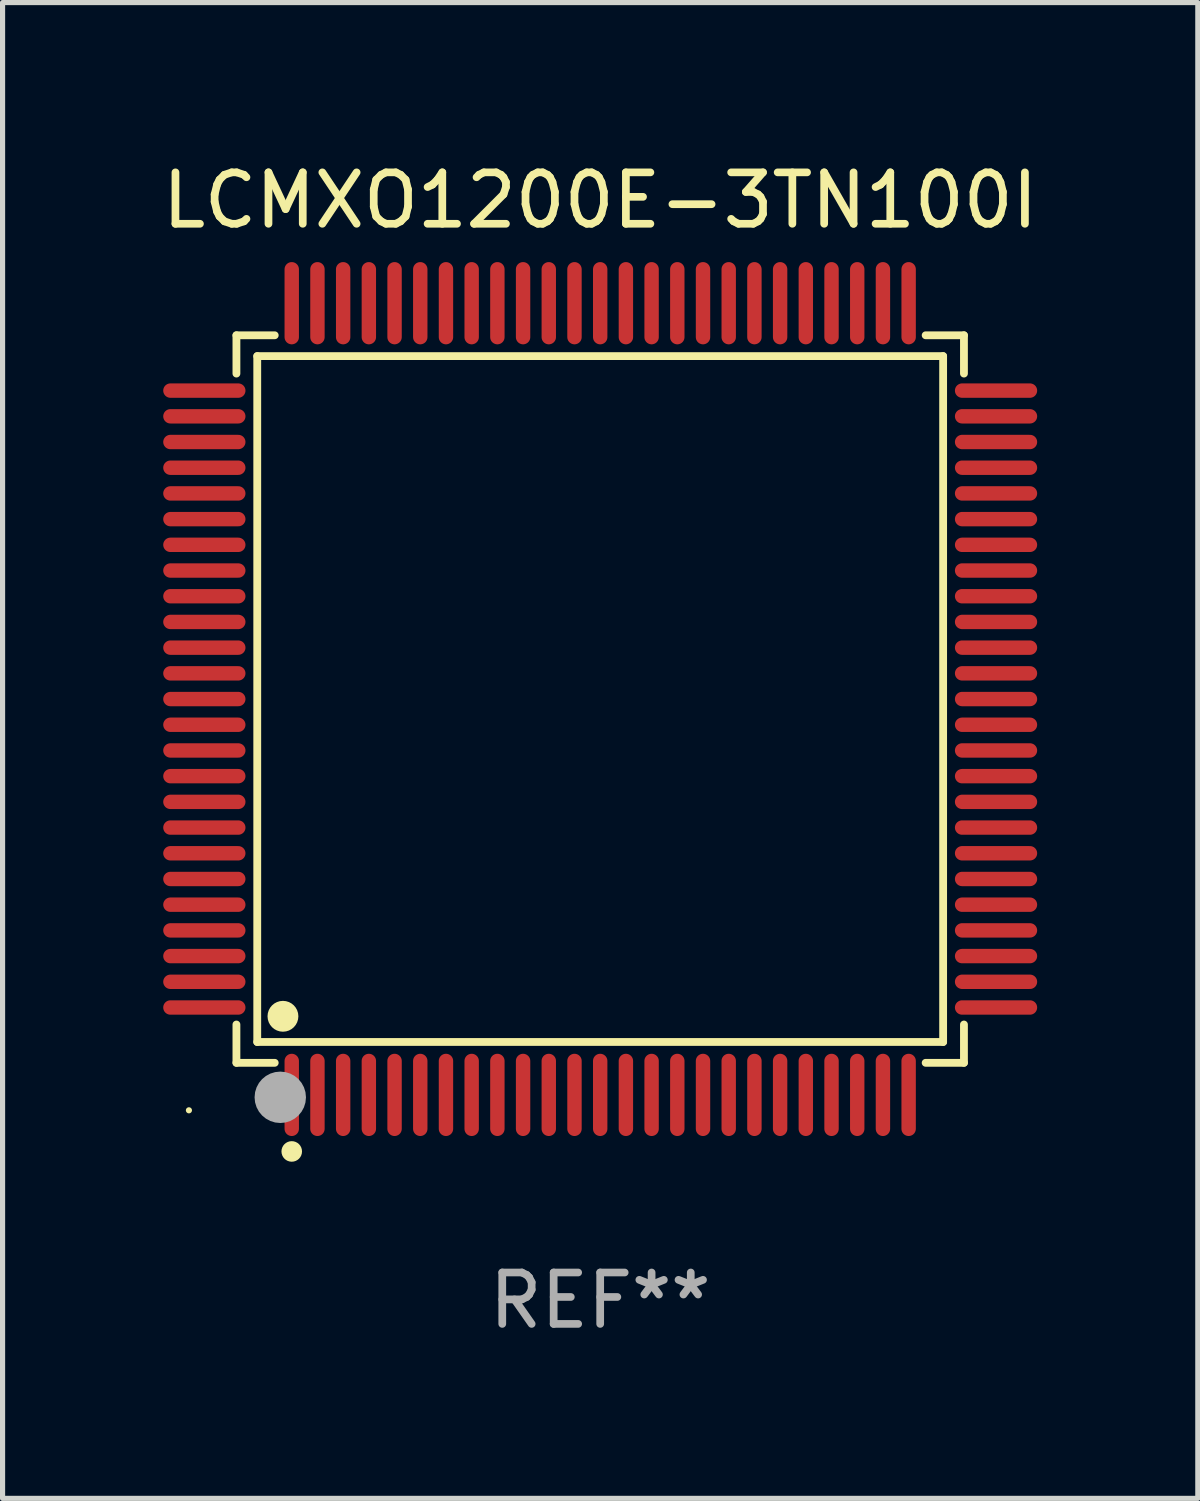
<source format=kicad_pcb>
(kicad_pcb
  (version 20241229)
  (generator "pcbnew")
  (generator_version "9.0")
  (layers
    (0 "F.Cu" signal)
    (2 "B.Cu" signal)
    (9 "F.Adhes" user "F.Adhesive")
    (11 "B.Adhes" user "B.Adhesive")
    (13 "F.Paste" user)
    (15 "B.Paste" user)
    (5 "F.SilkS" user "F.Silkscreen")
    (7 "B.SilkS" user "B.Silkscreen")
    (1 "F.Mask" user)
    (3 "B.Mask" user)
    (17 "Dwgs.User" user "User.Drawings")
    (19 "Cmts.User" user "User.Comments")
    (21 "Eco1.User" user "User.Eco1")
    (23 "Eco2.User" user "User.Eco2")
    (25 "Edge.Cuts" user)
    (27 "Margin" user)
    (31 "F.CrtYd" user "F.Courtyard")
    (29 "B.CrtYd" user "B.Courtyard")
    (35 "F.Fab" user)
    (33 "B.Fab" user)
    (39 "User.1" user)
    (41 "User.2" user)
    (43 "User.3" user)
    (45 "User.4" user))
  (footprint "LCMXO1200E-3TN100I"
    (layer "F.Cu")
    (at 8.625 10.548)
    (property "Reference" "LCMXO1200E-3TN100I" (at 0 -9.7 0) (layer "F.SilkS") (effects (font (size 1 1) (thickness 0.15))))
    (attr through_hole)
    (fp_line (start -7.076 -7.076) (end -6.331 -7.076) (stroke (width 0.152) (type solid)) (layer "F.SilkS"))
    (fp_line (start -7.076 -6.331) (end -7.076 -7.076) (stroke (width 0.152) (type solid)) (layer "F.SilkS"))
    (fp_line (start -7.076 6.331) (end -7.076 7.076) (stroke (width 0.152) (type solid)) (layer "F.SilkS"))
    (fp_line (start -7.076 7.076) (end -6.331 7.076) (stroke (width 0.152) (type solid)) (layer "F.SilkS"))
    (fp_line (start -6.671 -6.671) (end 6.671 -6.671) (stroke (width 0.152) (type solid)) (layer "F.SilkS"))
    (fp_line (start -6.671 6.671) (end -6.671 -6.671) (stroke (width 0.152) (type solid)) (layer "F.SilkS"))
    (fp_line (start 6.671 -6.671) (end 6.671 6.671) (stroke (width 0.152) (type solid)) (layer "F.SilkS"))
    (fp_line (start 6.671 6.671) (end -6.671 6.671) (stroke (width 0.152) (type solid)) (layer "F.SilkS"))
    (fp_line (start 7.076 -7.076) (end 6.331 -7.076) (stroke (width 0.152) (type solid)) (layer "F.SilkS"))
    (fp_line (start 7.076 -6.331) (end 7.076 -7.076) (stroke (width 0.152) (type solid)) (layer "F.SilkS"))
    (fp_line (start 7.076 6.331) (end 7.076 7.076) (stroke (width 0.152) (type solid)) (layer "F.SilkS"))
    (fp_line (start 7.076 7.076) (end 6.331 7.076) (stroke (width 0.152) (type solid)) (layer "F.SilkS"))
    (fp_circle (center -8 8) (end -7.97 8) (stroke (width 0.06) (type solid)) (fill no) (layer "F.SilkS"))
    (fp_circle (center -6.171 6.171) (end -6.021 6.171) (stroke (width 0.3) (type solid)) (fill no) (layer "F.SilkS"))
    (fp_circle (center -6 8.8) (end -5.9 8.8) (stroke (width 0.2) (type solid)) (fill no) (layer "F.SilkS"))
    (fp_circle (center -6.223 7.747) (end -5.973 7.747) (stroke (width 0.5) (type solid)) (fill no) (layer "F.Fab"))
    (fp_text user "REF**" (at 0 11.7 0) (layer "F.Fab") (effects (font (size 1 1) (thickness 0.15))))
    (pad "1" smd oval (at -6 7.7) (size 0.28 1.6) (layers "F.Cu" "F.Mask" "F.Paste"))
    (pad "2" smd oval (at -5.5 7.7) (size 0.28 1.6) (layers "F.Cu" "F.Mask" "F.Paste"))
    (pad "3" smd oval (at -5 7.7) (size 0.28 1.6) (layers "F.Cu" "F.Mask" "F.Paste"))
    (pad "4" smd oval (at -4.5 7.7) (size 0.28 1.6) (layers "F.Cu" "F.Mask" "F.Paste"))
    (pad "5" smd oval (at -4 7.7) (size 0.28 1.6) (layers "F.Cu" "F.Mask" "F.Paste"))
    (pad "6" smd oval (at -3.5 7.7) (size 0.28 1.6) (layers "F.Cu" "F.Mask" "F.Paste"))
    (pad "7" smd oval (at -3 7.7) (size 0.28 1.6) (layers "F.Cu" "F.Mask" "F.Paste"))
    (pad "8" smd oval (at -2.5 7.7) (size 0.28 1.6) (layers "F.Cu" "F.Mask" "F.Paste"))
    (pad "9" smd oval (at -2 7.7) (size 0.28 1.6) (layers "F.Cu" "F.Mask" "F.Paste"))
    (pad "10" smd oval (at -1.5 7.7) (size 0.28 1.6) (layers "F.Cu" "F.Mask" "F.Paste"))
    (pad "11" smd oval (at -1 7.7) (size 0.28 1.6) (layers "F.Cu" "F.Mask" "F.Paste"))
    (pad "12" smd oval (at -0.5 7.7) (size 0.28 1.6) (layers "F.Cu" "F.Mask" "F.Paste"))
    (pad "13" smd oval (at 0 7.7) (size 0.28 1.6) (layers "F.Cu" "F.Mask" "F.Paste"))
    (pad "14" smd oval (at 0.5 7.7) (size 0.28 1.6) (layers "F.Cu" "F.Mask" "F.Paste"))
    (pad "15" smd oval (at 1 7.7) (size 0.28 1.6) (layers "F.Cu" "F.Mask" "F.Paste"))
    (pad "16" smd oval (at 1.5 7.7) (size 0.28 1.6) (layers "F.Cu" "F.Mask" "F.Paste"))
    (pad "17" smd oval (at 2 7.7) (size 0.28 1.6) (layers "F.Cu" "F.Mask" "F.Paste"))
    (pad "18" smd oval (at 2.5 7.7) (size 0.28 1.6) (layers "F.Cu" "F.Mask" "F.Paste"))
    (pad "19" smd oval (at 3 7.7) (size 0.28 1.6) (layers "F.Cu" "F.Mask" "F.Paste"))
    (pad "20" smd oval (at 3.5 7.7) (size 0.28 1.6) (layers "F.Cu" "F.Mask" "F.Paste"))
    (pad "21" smd oval (at 4 7.7) (size 0.28 1.6) (layers "F.Cu" "F.Mask" "F.Paste"))
    (pad "22" smd oval (at 4.5 7.7) (size 0.28 1.6) (layers "F.Cu" "F.Mask" "F.Paste"))
    (pad "23" smd oval (at 5 7.7) (size 0.28 1.6) (layers "F.Cu" "F.Mask" "F.Paste"))
    (pad "24" smd oval (at 5.5 7.7) (size 0.28 1.6) (layers "F.Cu" "F.Mask" "F.Paste"))
    (pad "25" smd oval (at 6 7.7) (size 0.28 1.6) (layers "F.Cu" "F.Mask" "F.Paste"))
    (pad "26" smd oval (at 7.7 6) (size 1.6 0.28) (layers "F.Cu" "F.Mask" "F.Paste"))
    (pad "27" smd oval (at 7.7 5.5) (size 1.6 0.28) (layers "F.Cu" "F.Mask" "F.Paste"))
    (pad "28" smd oval (at 7.7 5) (size 1.6 0.28) (layers "F.Cu" "F.Mask" "F.Paste"))
    (pad "29" smd oval (at 7.7 4.5) (size 1.6 0.28) (layers "F.Cu" "F.Mask" "F.Paste"))
    (pad "30" smd oval (at 7.7 4) (size 1.6 0.28) (layers "F.Cu" "F.Mask" "F.Paste"))
    (pad "31" smd oval (at 7.7 3.5) (size 1.6 0.28) (layers "F.Cu" "F.Mask" "F.Paste"))
    (pad "32" smd oval (at 7.7 3) (size 1.6 0.28) (layers "F.Cu" "F.Mask" "F.Paste"))
    (pad "33" smd oval (at 7.7 2.5) (size 1.6 0.28) (layers "F.Cu" "F.Mask" "F.Paste"))
    (pad "34" smd oval (at 7.7 2) (size 1.6 0.28) (layers "F.Cu" "F.Mask" "F.Paste"))
    (pad "35" smd oval (at 7.7 1.5) (size 1.6 0.28) (layers "F.Cu" "F.Mask" "F.Paste"))
    (pad "36" smd oval (at 7.7 1) (size 1.6 0.28) (layers "F.Cu" "F.Mask" "F.Paste"))
    (pad "37" smd oval (at 7.7 0.5) (size 1.6 0.28) (layers "F.Cu" "F.Mask" "F.Paste"))
    (pad "38" smd oval (at 7.7 0) (size 1.6 0.28) (layers "F.Cu" "F.Mask" "F.Paste"))
    (pad "39" smd oval (at 7.7 -0.5) (size 1.6 0.28) (layers "F.Cu" "F.Mask" "F.Paste"))
    (pad "40" smd oval (at 7.7 -1) (size 1.6 0.28) (layers "F.Cu" "F.Mask" "F.Paste"))
    (pad "41" smd oval (at 7.7 -1.5) (size 1.6 0.28) (layers "F.Cu" "F.Mask" "F.Paste"))
    (pad "42" smd oval (at 7.7 -2) (size 1.6 0.28) (layers "F.Cu" "F.Mask" "F.Paste"))
    (pad "43" smd oval (at 7.7 -2.5) (size 1.6 0.28) (layers "F.Cu" "F.Mask" "F.Paste"))
    (pad "44" smd oval (at 7.7 -3) (size 1.6 0.28) (layers "F.Cu" "F.Mask" "F.Paste"))
    (pad "45" smd oval (at 7.7 -3.5) (size 1.6 0.28) (layers "F.Cu" "F.Mask" "F.Paste"))
    (pad "46" smd oval (at 7.7 -4) (size 1.6 0.28) (layers "F.Cu" "F.Mask" "F.Paste"))
    (pad "47" smd oval (at 7.7 -4.5) (size 1.6 0.28) (layers "F.Cu" "F.Mask" "F.Paste"))
    (pad "48" smd oval (at 7.7 -5) (size 1.6 0.28) (layers "F.Cu" "F.Mask" "F.Paste"))
    (pad "49" smd oval (at 7.7 -5.5) (size 1.6 0.28) (layers "F.Cu" "F.Mask" "F.Paste"))
    (pad "50" smd oval (at 7.7 -6) (size 1.6 0.28) (layers "F.Cu" "F.Mask" "F.Paste"))
    (pad "51" smd oval (at 6 -7.7) (size 0.28 1.6) (layers "F.Cu" "F.Mask" "F.Paste"))
    (pad "52" smd oval (at 5.5 -7.7) (size 0.28 1.6) (layers "F.Cu" "F.Mask" "F.Paste"))
    (pad "53" smd oval (at 5 -7.7) (size 0.28 1.6) (layers "F.Cu" "F.Mask" "F.Paste"))
    (pad "54" smd oval (at 4.5 -7.7) (size 0.28 1.6) (layers "F.Cu" "F.Mask" "F.Paste"))
    (pad "55" smd oval (at 4 -7.7) (size 0.28 1.6) (layers "F.Cu" "F.Mask" "F.Paste"))
    (pad "56" smd oval (at 3.5 -7.7) (size 0.28 1.6) (layers "F.Cu" "F.Mask" "F.Paste"))
    (pad "57" smd oval (at 3 -7.7) (size 0.28 1.6) (layers "F.Cu" "F.Mask" "F.Paste"))
    (pad "58" smd oval (at 2.5 -7.7) (size 0.28 1.6) (layers "F.Cu" "F.Mask" "F.Paste"))
    (pad "59" smd oval (at 2 -7.7) (size 0.28 1.6) (layers "F.Cu" "F.Mask" "F.Paste"))
    (pad "60" smd oval (at 1.5 -7.7) (size 0.28 1.6) (layers "F.Cu" "F.Mask" "F.Paste"))
    (pad "61" smd oval (at 1 -7.7) (size 0.28 1.6) (layers "F.Cu" "F.Mask" "F.Paste"))
    (pad "62" smd oval (at 0.5 -7.7) (size 0.28 1.6) (layers "F.Cu" "F.Mask" "F.Paste"))
    (pad "63" smd oval (at 0 -7.7) (size 0.28 1.6) (layers "F.Cu" "F.Mask" "F.Paste"))
    (pad "64" smd oval (at -0.5 -7.7) (size 0.28 1.6) (layers "F.Cu" "F.Mask" "F.Paste"))
    (pad "65" smd oval (at -1 -7.7) (size 0.28 1.6) (layers "F.Cu" "F.Mask" "F.Paste"))
    (pad "66" smd oval (at -1.5 -7.7) (size 0.28 1.6) (layers "F.Cu" "F.Mask" "F.Paste"))
    (pad "67" smd oval (at -2 -7.7) (size 0.28 1.6) (layers "F.Cu" "F.Mask" "F.Paste"))
    (pad "68" smd oval (at -2.5 -7.7) (size 0.28 1.6) (layers "F.Cu" "F.Mask" "F.Paste"))
    (pad "69" smd oval (at -3 -7.7) (size 0.28 1.6) (layers "F.Cu" "F.Mask" "F.Paste"))
    (pad "70" smd oval (at -3.5 -7.7) (size 0.28 1.6) (layers "F.Cu" "F.Mask" "F.Paste"))
    (pad "71" smd oval (at -4 -7.7) (size 0.28 1.6) (layers "F.Cu" "F.Mask" "F.Paste"))
    (pad "72" smd oval (at -4.5 -7.7) (size 0.28 1.6) (layers "F.Cu" "F.Mask" "F.Paste"))
    (pad "73" smd oval (at -5 -7.7) (size 0.28 1.6) (layers "F.Cu" "F.Mask" "F.Paste"))
    (pad "74" smd oval (at -5.5 -7.7) (size 0.28 1.6) (layers "F.Cu" "F.Mask" "F.Paste"))
    (pad "75" smd oval (at -6 -7.7) (size 0.28 1.6) (layers "F.Cu" "F.Mask" "F.Paste"))
    (pad "76" smd oval (at -7.7 -6) (size 1.6 0.28) (layers "F.Cu" "F.Mask" "F.Paste"))
    (pad "77" smd oval (at -7.7 -5.5) (size 1.6 0.28) (layers "F.Cu" "F.Mask" "F.Paste"))
    (pad "78" smd oval (at -7.7 -5) (size 1.6 0.28) (layers "F.Cu" "F.Mask" "F.Paste"))
    (pad "79" smd oval (at -7.7 -4.5) (size 1.6 0.28) (layers "F.Cu" "F.Mask" "F.Paste"))
    (pad "80" smd oval (at -7.7 -4) (size 1.6 0.28) (layers "F.Cu" "F.Mask" "F.Paste"))
    (pad "81" smd oval (at -7.7 -3.5) (size 1.6 0.28) (layers "F.Cu" "F.Mask" "F.Paste"))
    (pad "82" smd oval (at -7.7 -3) (size 1.6 0.28) (layers "F.Cu" "F.Mask" "F.Paste"))
    (pad "83" smd oval (at -7.7 -2.5) (size 1.6 0.28) (layers "F.Cu" "F.Mask" "F.Paste"))
    (pad "84" smd oval (at -7.7 -2) (size 1.6 0.28) (layers "F.Cu" "F.Mask" "F.Paste"))
    (pad "85" smd oval (at -7.7 -1.5) (size 1.6 0.28) (layers "F.Cu" "F.Mask" "F.Paste"))
    (pad "86" smd oval (at -7.7 -1) (size 1.6 0.28) (layers "F.Cu" "F.Mask" "F.Paste"))
    (pad "87" smd oval (at -7.7 -0.5) (size 1.6 0.28) (layers "F.Cu" "F.Mask" "F.Paste"))
    (pad "88" smd oval (at -7.7 0) (size 1.6 0.28) (layers "F.Cu" "F.Mask" "F.Paste"))
    (pad "89" smd oval (at -7.7 0.5) (size 1.6 0.28) (layers "F.Cu" "F.Mask" "F.Paste"))
    (pad "90" smd oval (at -7.7 1) (size 1.6 0.28) (layers "F.Cu" "F.Mask" "F.Paste"))
    (pad "91" smd oval (at -7.7 1.5) (size 1.6 0.28) (layers "F.Cu" "F.Mask" "F.Paste"))
    (pad "92" smd oval (at -7.7 2) (size 1.6 0.28) (layers "F.Cu" "F.Mask" "F.Paste"))
    (pad "93" smd oval (at -7.7 2.5) (size 1.6 0.28) (layers "F.Cu" "F.Mask" "F.Paste"))
    (pad "94" smd oval (at -7.7 3) (size 1.6 0.28) (layers "F.Cu" "F.Mask" "F.Paste"))
    (pad "95" smd oval (at -7.7 3.5) (size 1.6 0.28) (layers "F.Cu" "F.Mask" "F.Paste"))
    (pad "96" smd oval (at -7.7 4) (size 1.6 0.28) (layers "F.Cu" "F.Mask" "F.Paste"))
    (pad "97" smd oval (at -7.7 4.5) (size 1.6 0.28) (layers "F.Cu" "F.Mask" "F.Paste"))
    (pad "98" smd oval (at -7.7 5) (size 1.6 0.28) (layers "F.Cu" "F.Mask" "F.Paste"))
    (pad "99" smd oval (at -7.7 5.5) (size 1.6 0.28) (layers "F.Cu" "F.Mask" "F.Paste"))
    (pad "100" smd oval (at -7.7 6) (size 1.6 0.28) (layers "F.Cu" "F.Mask" "F.Paste")))
  (gr_rect
    (start -3 -3)
    (end 20.25 26.097)
    (stroke (width 0.1) (type default))
    (fill no)
    (layer "Edge.Cuts")))
</source>
